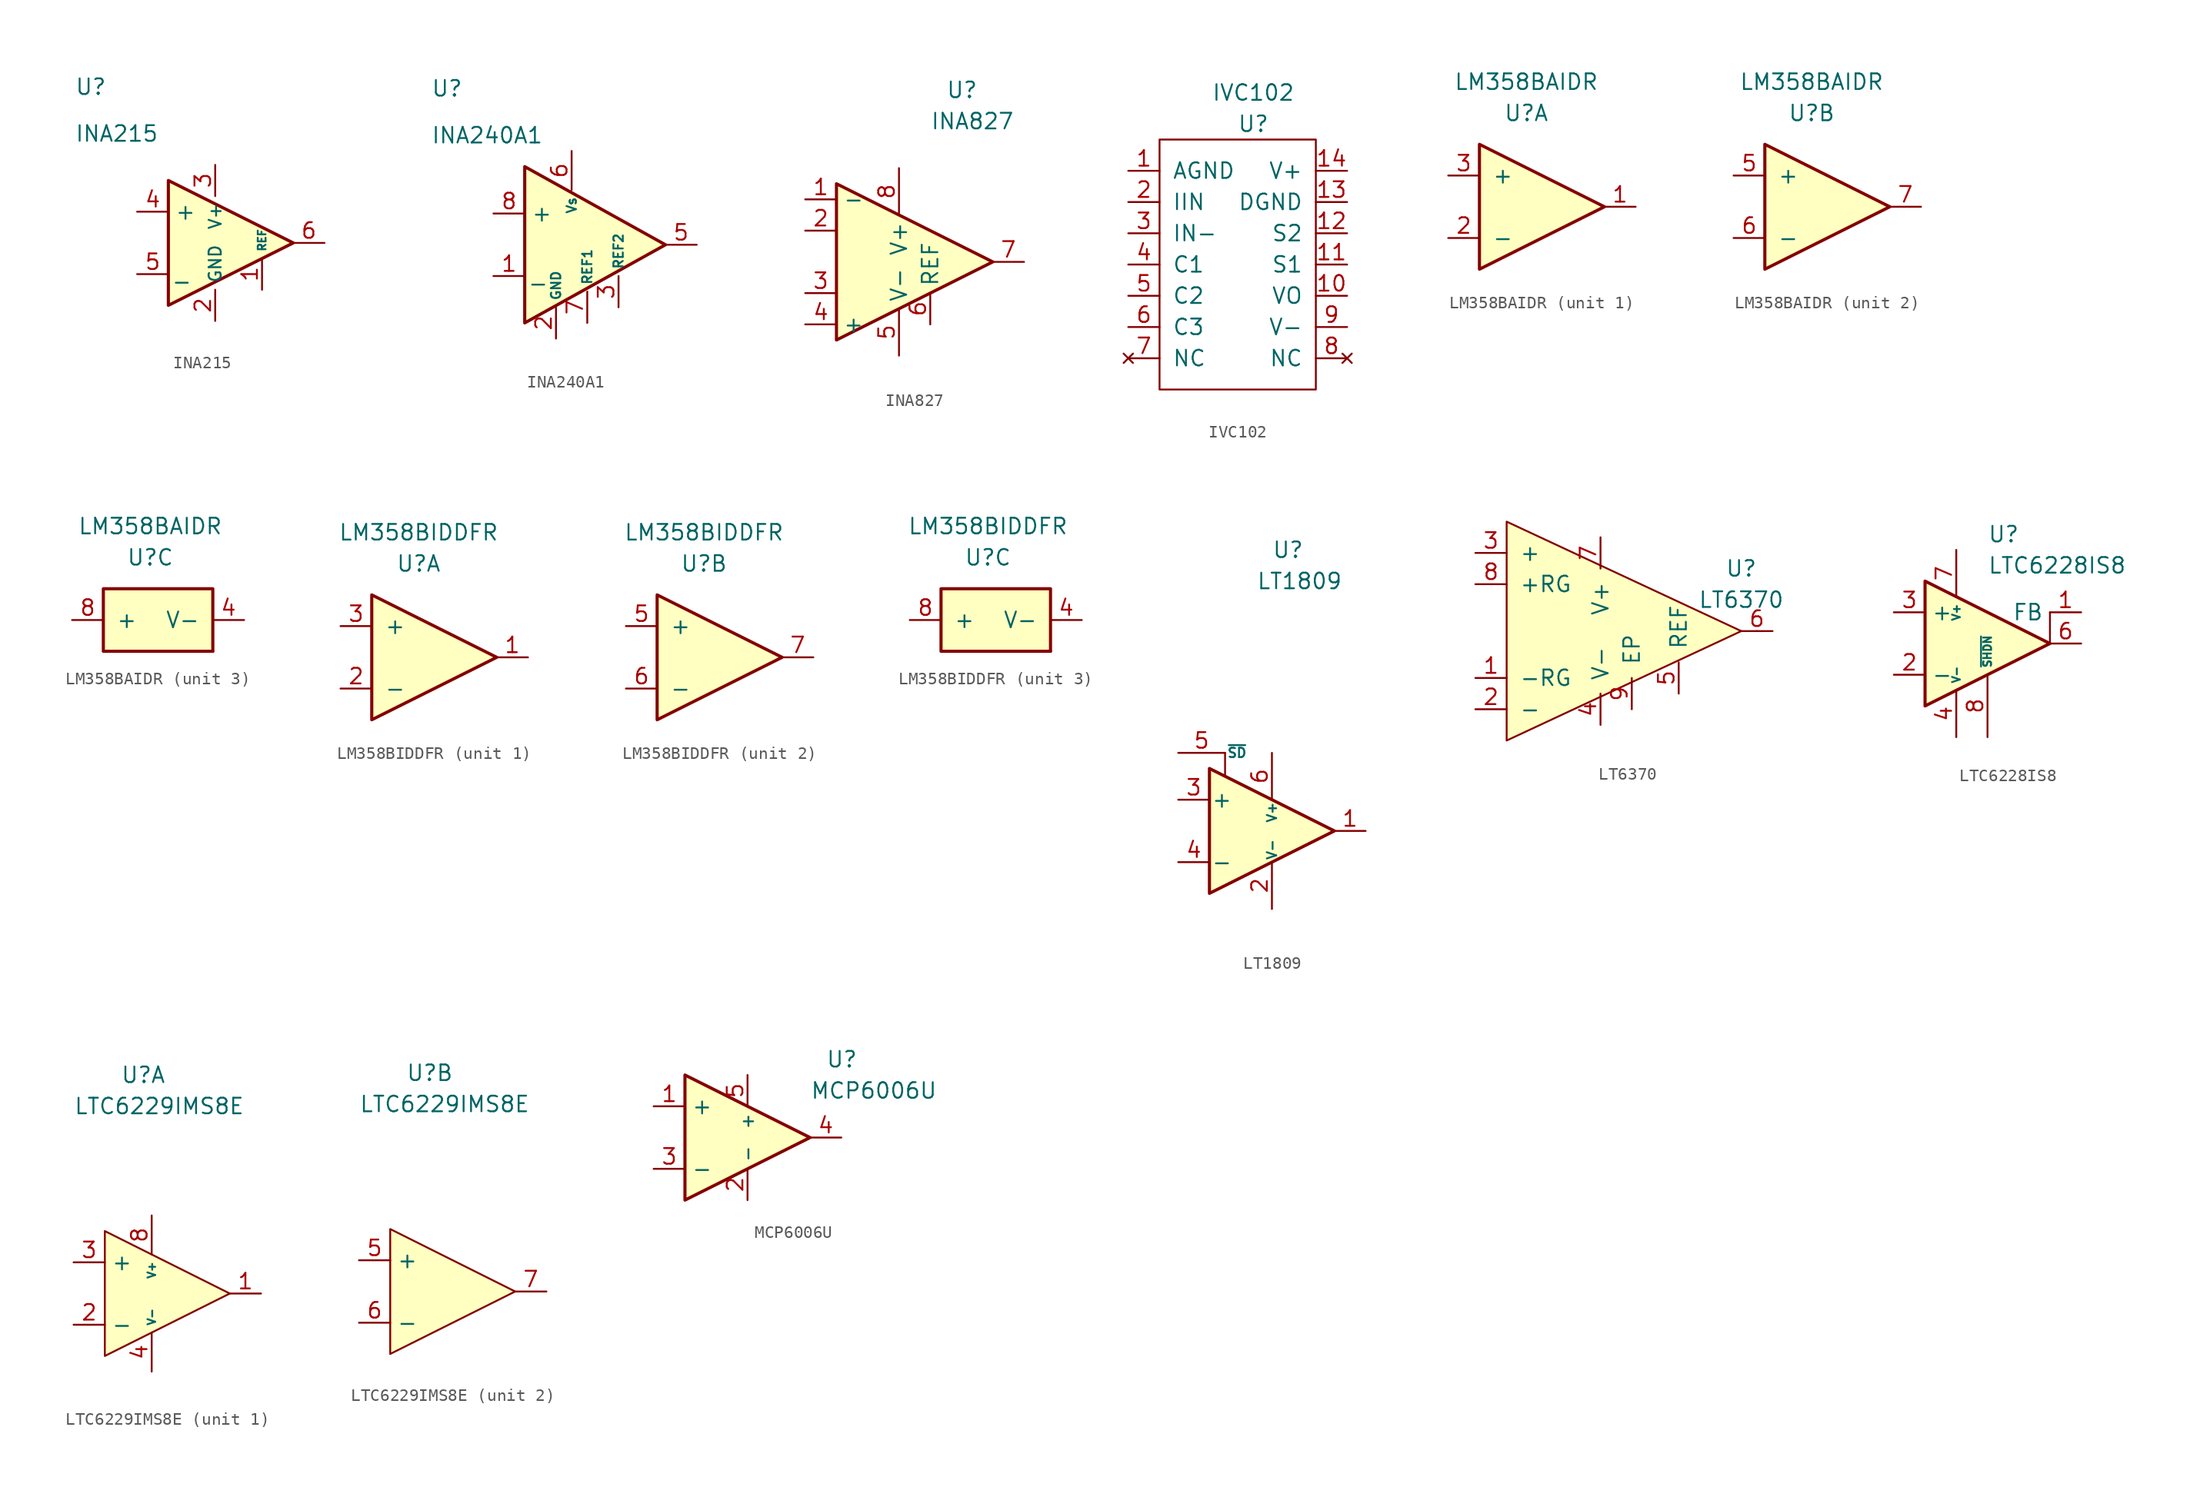
<source format=kicad_sym>
(kicad_symbol_lib
  (version 20211014)
  (generator kicad_symbol_editor)
  (symbol "INA215"
    (property "Reference" "U"
      (at -12.7 12.7 0)
      (effects (font (size 1.27 1.27)) (justify left)))
    (property "Value" "INA215"
      (at -12.7 8.89 0)
      (effects (font (size 1.27 1.27)) (justify left)))
    (symbol "INA215_0_0"
      (pin input line (at -7.62 2.54 0) (length 2.54) (name "+" (effects (font (size 1.27 1.27)))) (number "4" (effects (font (size 1.27 1.27)))))
      (pin input line (at -7.62 -2.54 0) (length 2.54) (name "_" (effects (font (size 1.27 1.27)))) (number "5" (effects (font (size 1.27 1.27)))))
      (pin output line (at 7.62 0 180) (length 2.54) (name "~" (effects (font (size 1.27 1.27)))) (number "6" (effects (font (size 1.27 1.27))))))
    (symbol "INA215_1_1"
      (polyline (pts (xy -5.08 5.08) (xy 5.08 0) (xy -5.08 -5.08) (xy -5.08 5.08)) (stroke (width 0.254) (type default) (color 0 0 0 0)) (fill (type background)))
      (pin bidirectional line (at 2.54 -3.81 90) (length 2.54) (name "REF" (effects (font (size 0.635 0.635)))) (number "1" (effects (font (size 1.27 1.27)))))
      (pin power_in line (at -1.27 -6.35 90) (length 2.54) (name "GND" (effects (font (size 0.991 0.991)))) (number "2" (effects (font (size 1.27 1.27)))))
      (pin power_in line (at -1.27 6.35 270) (length 2.54) (name "V+" (effects (font (size 0.991 0.991)))) (number "3" (effects (font (size 1.27 1.27)))))))
  (symbol "INA240A1"
    (property "Reference" "U"
      (at -12.7 12.7 0)
      (effects (font (size 1.27 1.27)) (justify left)))
    (property "Value" "INA240A1"
      (at -12.7 8.89 0)
      (effects (font (size 1.27 1.27)) (justify left)))
    (symbol "INA240A1_0_0"
      (pin input line (at -7.62 -2.54 0) (length 2.54) (name "_" (effects (font (size 1.27 1.27)))) (number "1" (effects (font (size 1.27 1.27)))))
      (pin power_in line (at -2.54 -7.62 90) (length 2.54) hide (name "NC" (effects (font (size 1.27 1.27)))) (number "4" (effects (font (size 1.27 1.27)))))
      (pin output line (at 8.89 0 180) (length 2.54) (name "~" (effects (font (size 1.27 1.27)))) (number "5" (effects (font (size 1.27 1.27)))))
      (pin bidirectional line (at 0 -6.35 90) (length 2.54) (name "REF1" (effects (font (size 0.762 0.762)))) (number "7" (effects (font (size 1.27 1.27)))))
      (pin input line (at -7.62 2.54 0) (length 2.54) (name "+" (effects (font (size 1.27 1.27)))) (number "8" (effects (font (size 1.27 1.27))))))
    (symbol "INA240A1_1_1"
      (polyline (pts (xy -5.08 6.35) (xy 6.35 0) (xy -5.08 -6.35) (xy -5.08 6.35)) (stroke (width 0.254) (type default) (color 0 0 0 0)) (fill (type background)))
      (pin power_in line (at -2.54 -7.62 90) (length 2.54) (name "GND" (effects (font (size 0.762 0.762)))) (number "2" (effects (font (size 1.27 1.27)))))
      (pin bidirectional line (at 2.54 -5.08 90) (length 2.54) (name "REF2" (effects (font (size 0.762 0.762)))) (number "3" (effects (font (size 1.27 1.27)))))
      (pin power_in line (at -1.27 7.62 270) (length 3.175) (name "Vs" (effects (font (size 0.762 0.762)))) (number "6" (effects (font (size 1.27 1.27)))))))
  (symbol "INA827"
    (property "Reference" "U"
      (at 3.81 13.97 0)
      (effects (font (size 1.27 1.27)) (justify left)))
    (property "Value" "INA827"
      (at 2.54 11.43 0)
      (effects (font (size 1.27 1.27)) (justify left)))
    (symbol "INA827_0_0"
      (pin passive line (at -7.62 2.54 0) (length 2.54) (name "~" (effects (font (size 1.27 1.27)))) (number "2" (effects (font (size 1.27 1.27)))))
      (pin passive line (at -7.62 -2.54 0) (length 2.54) (name "~" (effects (font (size 1.27 1.27)))) (number "3" (effects (font (size 1.27 1.27)))))
      (pin passive line (at 2.54 -5.08 90) (length 2.54) (name "REF" (effects (font (size 1.27 1.27)))) (number "6" (effects (font (size 1.27 1.27))))))
    (symbol "INA827_1_1"
      (polyline (pts (xy -5.08 6.35) (xy -5.08 -6.35) (xy 7.62 0) (xy -5.08 6.35)) (stroke (width 0.254) (type default) (color 0 0 0 0)) (fill (type background)))
      (pin input line (at -7.62 5.08 0) (length 2.54) (name "-" (effects (font (size 1.27 1.27)))) (number "1" (effects (font (size 1.27 1.27)))))
      (pin input line (at -7.62 -5.08 0) (length 2.54) (name "+" (effects (font (size 1.27 1.27)))) (number "4" (effects (font (size 1.27 1.27)))))
      (pin power_in line (at 0 -7.62 90) (length 3.81) (name "V-" (effects (font (size 1.27 1.27)))) (number "5" (effects (font (size 1.27 1.27)))))
      (pin output line (at 10.16 0 180) (length 2.54) (name "~" (effects (font (size 1.27 1.27)))) (number "7" (effects (font (size 1.27 1.27)))))
      (pin power_in line (at 0 7.62 270) (length 3.81) (name "V+" (effects (font (size 1.27 1.27)))) (number "8" (effects (font (size 1.27 1.27)))))))
  (symbol "IVC102"
    (pin_names
      (offset 1.016))
    (property "Reference" "U"
      (at 0 0 0)
      (effects (font (size 1.27 1.27))))
    (property "Value" "IVC102"
      (at 0 2.54 0)
      (effects (font (size 1.27 1.27))))
    (symbol "IVC102_0_1"
      (rectangle (start -7.62 -1.27) (end 5.08 -21.59) (stroke (width 0) (type default) (color 0 0 0 0)) (fill (type none))))
    (symbol "IVC102_1_1"
      (pin power_in line (at -10.16 -3.81 0) (length 2.54) (name "AGND" (effects (font (size 1.27 1.27)))) (number "1" (effects (font (size 1.27 1.27)))))
      (pin output line (at 7.62 -13.97 180) (length 2.54) (name "VO" (effects (font (size 1.27 1.27)))) (number "10" (effects (font (size 1.27 1.27)))))
      (pin bidirectional line (at 7.62 -11.43 180) (length 2.54) (name "S1" (effects (font (size 1.27 1.27)))) (number "11" (effects (font (size 1.27 1.27)))))
      (pin bidirectional line (at 7.62 -8.89 180) (length 2.54) (name "S2" (effects (font (size 1.27 1.27)))) (number "12" (effects (font (size 1.27 1.27)))))
      (pin power_in line (at 7.62 -6.35 180) (length 2.54) (name "DGND" (effects (font (size 1.27 1.27)))) (number "13" (effects (font (size 1.27 1.27)))))
      (pin power_in line (at 7.62 -3.81 180) (length 2.54) (name "V+" (effects (font (size 1.27 1.27)))) (number "14" (effects (font (size 1.27 1.27)))))
      (pin input line (at -10.16 -6.35 0) (length 2.54) (name "IIN" (effects (font (size 1.27 1.27)))) (number "2" (effects (font (size 1.27 1.27)))))
      (pin bidirectional line (at -10.16 -8.89 0) (length 2.54) (name "IN-" (effects (font (size 1.27 1.27)))) (number "3" (effects (font (size 1.27 1.27)))))
      (pin bidirectional line (at -10.16 -11.43 0) (length 2.54) (name "C1" (effects (font (size 1.27 1.27)))) (number "4" (effects (font (size 1.27 1.27)))))
      (pin bidirectional line (at -10.16 -13.97 0) (length 2.54) (name "C2" (effects (font (size 1.27 1.27)))) (number "5" (effects (font (size 1.27 1.27)))))
      (pin bidirectional line (at -10.16 -16.51 0) (length 2.54) (name "C3" (effects (font (size 1.27 1.27)))) (number "6" (effects (font (size 1.27 1.27)))))
      (pin no_connect line (at -10.16 -19.05 0) (length 2.54) (name "NC" (effects (font (size 1.27 1.27)))) (number "7" (effects (font (size 1.27 1.27)))))
      (pin no_connect line (at 7.62 -19.05 180) (length 2.54) (name "NC" (effects (font (size 1.27 1.27)))) (number "8" (effects (font (size 1.27 1.27)))))
      (pin power_in line (at 7.62 -16.51 180) (length 2.54) (name "V-" (effects (font (size 1.27 1.27)))) (number "9" (effects (font (size 1.27 1.27)))))))
  (symbol "LM358BAIDR"
    (pin_names
      (offset 1.016))
    (property "Reference" "U"
      (at 0 7.62 0)
      (effects (font (size 1.27 1.27))))
    (property "Value" "LM358BAIDR"
      (at 0 10.16 0)
      (effects (font (size 1.27 1.27))))
    (symbol "LM358BAIDR_1_1"
      (polyline (pts (xy -3.81 5.08) (xy 6.35 0) (xy -3.81 -5.08) (xy -3.81 5.08)) (stroke (width 0.254) (type default) (color 0 0 0 0)) (fill (type background)))
      (pin output line (at 8.89 0 180) (length 2.54) (name "~" (effects (font (size 1.27 1.27)))) (number "1" (effects (font (size 1.27 1.27)))))
      (pin input line (at -6.35 -2.54 0) (length 2.54) (name "-" (effects (font (size 1.27 1.27)))) (number "2" (effects (font (size 1.27 1.27)))))
      (pin input line (at -6.35 2.54 0) (length 2.54) (name "+" (effects (font (size 1.27 1.27)))) (number "3" (effects (font (size 1.27 1.27))))))
    (symbol "LM358BAIDR_2_1"
      (polyline (pts (xy -3.81 5.08) (xy 6.35 0) (xy -3.81 -5.08) (xy -3.81 5.08)) (stroke (width 0.254) (type default) (color 0 0 0 0)) (fill (type background)))
      (pin input line (at -6.35 2.54 0) (length 2.54) (name "+" (effects (font (size 1.27 1.27)))) (number "5" (effects (font (size 1.27 1.27)))))
      (pin input line (at -6.35 -2.54 0) (length 2.54) (name "-" (effects (font (size 1.27 1.27)))) (number "6" (effects (font (size 1.27 1.27)))))
      (pin output line (at 8.89 0 180) (length 2.54) (name "~" (effects (font (size 1.27 1.27)))) (number "7" (effects (font (size 1.27 1.27))))))
    (symbol "LM358BAIDR_3_1"
      (rectangle (start -3.81 5.08) (end 5.08 0) (stroke (width 0.254) (type default) (color 0 0 0 0)) (fill (type background)))
      (rectangle (start 5.08 0) (end 5.08 0) (stroke (width 0.254) (type default) (color 0 0 0 0)) (fill (type none)))
      (pin power_in line (at 7.62 2.54 180) (length 2.54) (name "V-" (effects (font (size 1.27 1.27)))) (number "4" (effects (font (size 1.27 1.27)))))
      (pin input line (at -6.35 2.54 0) (length 2.54) (name "+" (effects (font (size 1.27 1.27)))) (number "8" (effects (font (size 1.27 1.27)))))))
  (symbol "LM358BIDDFR"
    (pin_names
      (offset 1.016))
    (property "Reference" "U"
      (at 0 7.62 0)
      (effects (font (size 1.27 1.27))))
    (property "Value" "LM358BIDDFR"
      (at 0 10.16 0)
      (effects (font (size 1.27 1.27))))
    (symbol "LM358BIDDFR_1_1"
      (polyline (pts (xy -3.81 5.08) (xy 6.35 0) (xy -3.81 -5.08) (xy -3.81 5.08)) (stroke (width 0.254) (type default) (color 0 0 0 0)) (fill (type background)))
      (pin output line (at 8.89 0 180) (length 2.54) (name "~" (effects (font (size 1.27 1.27)))) (number "1" (effects (font (size 1.27 1.27)))))
      (pin input line (at -6.35 -2.54 0) (length 2.54) (name "-" (effects (font (size 1.27 1.27)))) (number "2" (effects (font (size 1.27 1.27)))))
      (pin input line (at -6.35 2.54 0) (length 2.54) (name "+" (effects (font (size 1.27 1.27)))) (number "3" (effects (font (size 1.27 1.27))))))
    (symbol "LM358BIDDFR_2_1"
      (polyline (pts (xy -3.81 5.08) (xy 6.35 0) (xy -3.81 -5.08) (xy -3.81 5.08)) (stroke (width 0.254) (type default) (color 0 0 0 0)) (fill (type background)))
      (pin input line (at -6.35 2.54 0) (length 2.54) (name "+" (effects (font (size 1.27 1.27)))) (number "5" (effects (font (size 1.27 1.27)))))
      (pin input line (at -6.35 -2.54 0) (length 2.54) (name "-" (effects (font (size 1.27 1.27)))) (number "6" (effects (font (size 1.27 1.27)))))
      (pin output line (at 8.89 0 180) (length 2.54) (name "~" (effects (font (size 1.27 1.27)))) (number "7" (effects (font (size 1.27 1.27))))))
    (symbol "LM358BIDDFR_3_1"
      (rectangle (start -3.81 5.08) (end 5.08 0) (stroke (width 0.254) (type default) (color 0 0 0 0)) (fill (type background)))
      (rectangle (start 5.08 0) (end 5.08 0) (stroke (width 0.254) (type default) (color 0 0 0 0)) (fill (type none)))
      (pin power_in line (at 7.62 2.54 180) (length 2.54) (name "V-" (effects (font (size 1.27 1.27)))) (number "4" (effects (font (size 1.27 1.27)))))
      (pin input line (at -6.35 2.54 0) (length 2.54) (name "+" (effects (font (size 1.27 1.27)))) (number "8" (effects (font (size 1.27 1.27)))))))
  (symbol "LT1809"
    (pin_names
      (offset 0.127))
    (property "Reference" "U"
      (at 0 22.86 0)
      (effects (font (size 1.27 1.27)) (justify left)))
    (property "Value" "LT1809"
      (at -1.27 20.32 0)
      (effects (font (size 1.27 1.27)) (justify left)))
    (symbol "LT1809_0_1"
      (polyline (pts (xy -3.81 6.35) (xy -3.81 4.445)) (stroke (width 0.152) (type default) (color 0 0 0 0)) (fill (type none)))
      (polyline (pts (xy -5.08 5.08) (xy 5.08 0) (xy -5.08 -5.08) (xy -5.08 5.08)) (stroke (width 0.254) (type default) (color 0 0 0 0)) (fill (type background))))
    (symbol "LT1809_1_1"
      (pin output line (at 7.62 0 180) (length 2.54) (name "~" (effects (font (size 1.27 1.27)))) (number "1" (effects (font (size 1.27 1.27)))))
      (pin power_in line (at 0 -6.35 90) (length 3.81) (name "V-" (effects (font (size 0.762 0.762)))) (number "2" (effects (font (size 1.27 1.27)))))
      (pin input line (at -7.62 2.54 0) (length 2.54) (name "+" (effects (font (size 1.27 1.27)))) (number "3" (effects (font (size 1.27 1.27)))))
      (pin input line (at -7.62 -2.54 0) (length 2.54) (name "-" (effects (font (size 1.27 1.27)))) (number "4" (effects (font (size 1.27 1.27)))))
      (pin input line (at -7.62 6.35 0) (length 3.81) (name "~{SD}" (effects (font (size 0.762 0.762)))) (number "5" (effects (font (size 1.27 1.27)))))
      (pin power_in line (at 0 6.35 270) (length 3.81) (name "V+" (effects (font (size 0.762 0.762)))) (number "6" (effects (font (size 1.27 1.27)))))))
  (symbol "LT6370"
    (pin_names
      (offset 1.016))
    (property "Reference" "U"
      (at 0 5.08 0)
      (effects (font (size 1.27 1.27))))
    (property "Value" "LT6370"
      (at 0 2.54 0)
      (effects (font (size 1.27 1.27))))
    (symbol "LT6370_0_0"
      (pin passive line (at -21.59 -3.81 0) (length 2.54) (name "-RG" (effects (font (size 1.27 1.27)))) (number "1" (effects (font (size 1.27 1.27)))))
      (pin passive line (at -21.59 -6.35 0) (length 2.54) (name "-" (effects (font (size 1.27 1.27)))) (number "2" (effects (font (size 1.27 1.27)))))
      (pin passive line (at -21.59 6.35 0) (length 2.54) (name "+" (effects (font (size 1.27 1.27)))) (number "3" (effects (font (size 1.27 1.27)))))
      (pin power_in line (at -11.43 -7.62 90) (length 2.54) (name "V-" (effects (font (size 1.27 1.27)))) (number "4" (effects (font (size 1.27 1.27)))))
      (pin passive line (at -5.08 -5.08 90) (length 2.54) (name "REF" (effects (font (size 1.27 1.27)))) (number "5" (effects (font (size 1.27 1.27)))))
      (pin output line (at 2.54 0 180) (length 2.54) (name "~" (effects (font (size 1.27 1.27)))) (number "6" (effects (font (size 1.27 1.27)))))
      (pin power_in line (at -11.43 7.62 270) (length 2.54) (name "V+" (effects (font (size 1.27 1.27)))) (number "7" (effects (font (size 1.27 1.27)))))
      (pin passive line (at -21.59 3.81 0) (length 2.54) (name "+RG" (effects (font (size 1.27 1.27)))) (number "8" (effects (font (size 1.27 1.27)))))
      (pin passive line (at -8.89 -6.35 90) (length 2.54) (name "EP" (effects (font (size 1.27 1.27)))) (number "9" (effects (font (size 1.27 1.27))))))
    (symbol "LT6370_0_1"
      (polyline (pts (xy 1.27 0) (xy 1.27 0)) (stroke (width 0) (type default) (color 0 0 0 0)) (fill (type none)))
      (polyline (pts (xy -19.05 8.89) (xy -19.05 -8.89) (xy 0 0) (xy -19.05 8.89)) (stroke (width 0) (type default) (color 0 0 0 0)) (fill (type background)))))
  (symbol "LTC6228IS8"
    (property "Reference" "U"
      (at 0 8.89 0)
      (effects (font (size 1.27 1.27)) (justify left)))
    (property "Value" "LTC6228IS8"
      (at 0 6.35 0)
      (effects (font (size 1.27 1.27)) (justify left)))
    (symbol "LTC6228IS8_0_1"
      (polyline (pts (xy 5.08 0) (xy 5.08 2.54)) (stroke (width 0.152) (type default) (color 0 0 0 0)) (fill (type none)))
      (polyline (pts (xy 5.08 0) (xy -5.08 5.08) (xy -5.08 -5.08) (xy 5.08 0)) (stroke (width 0.254) (type default) (color 0 0 0 0)) (fill (type background))))
    (symbol "LTC6228IS8_1_1"
      (pin output line (at 7.62 2.54 180) (length 2.54) (name "FB" (effects (font (size 1.27 1.27)))) (number "1" (effects (font (size 1.27 1.27)))))
      (pin input line (at -7.62 -2.54 0) (length 2.54) (name "-" (effects (font (size 1.27 1.27)))) (number "2" (effects (font (size 1.27 1.27)))))
      (pin input line (at -7.62 2.54 0) (length 2.54) (name "+" (effects (font (size 1.27 1.27)))) (number "3" (effects (font (size 1.27 1.27)))))
      (pin power_in line (at -2.54 -7.62 90) (length 3.81) (name "V-" (effects (font (size 0.635 0.635)))) (number "4" (effects (font (size 1.27 1.27)))))
      (pin passive line (at -2.54 -7.62 90) (length 3.81) hide (name "V-" (effects (font (size 0.635 0.635)))) (number "5" (effects (font (size 1.27 1.27)))))
      (pin output line (at 7.62 0 180) (length 2.54) (name "~" (effects (font (size 1.27 1.27)))) (number "6" (effects (font (size 1.27 1.27)))))
      (pin power_in line (at -2.54 7.62 270) (length 3.81) (name "V+" (effects (font (size 0.635 0.635)))) (number "7" (effects (font (size 1.27 1.27)))))
      (pin input line (at 0 -7.62 90) (length 5.08) (name "~{SHDN}" (effects (font (size 0.635 0.635)))) (number "8" (effects (font (size 1.27 1.27)))))))
  (symbol "LTC6229IMS8E"
    (property "Reference" "U"
      (at -3.81 17.78 0)
      (effects (font (size 1.27 1.27)) (justify left)))
    (property "Value" "LTC6229IMS8E"
      (at -7.62 15.24 0)
      (effects (font (size 1.27 1.27)) (justify left)))
    (property "ki_locked" ""
      (at 0 0 0)
      (effects (font (size 1.27 1.27))))
    (symbol "LTC6229IMS8E_1_1"
      (polyline (pts (xy -5.08 5.08) (xy 5.08 0) (xy -5.08 -5.08) (xy -5.08 5.08)) (stroke (width 0) (type default) (color 0 0 0 0)) (fill (type background)))
      (pin output line (at 7.62 0 180) (length 2.54) (name "~" (effects (font (size 1.27 1.27)))) (number "1" (effects (font (size 1.27 1.27)))))
      (pin input line (at -7.62 -2.54 0) (length 2.54) (name "-" (effects (font (size 1.27 1.27)))) (number "2" (effects (font (size 1.27 1.27)))))
      (pin input line (at -7.62 2.54 0) (length 2.54) (name "+" (effects (font (size 1.27 1.27)))) (number "3" (effects (font (size 1.27 1.27)))))
      (pin power_in line (at -1.27 -6.35 90) (length 3.175) (name "V-" (effects (font (size 0.635 0.635)))) (number "4" (effects (font (size 1.27 1.27)))))
      (pin power_in line (at -1.27 6.35 270) (length 3.175) (name "V+" (effects (font (size 0.635 0.635)))) (number "8" (effects (font (size 1.27 1.27)))))
      (pin power_in line (at -1.27 -6.35 90) (length 3.175) hide (name "V-" (effects (font (size 0.635 0.635)))) (number "9" (effects (font (size 1.27 1.27))))))
    (symbol "LTC6229IMS8E_2_1"
      (polyline (pts (xy -5.08 5.08) (xy 5.08 0) (xy -5.08 -5.08) (xy -5.08 5.08)) (stroke (width 0) (type default) (color 0 0 0 0)) (fill (type background)))
      (pin input line (at -7.62 2.54 0) (length 2.54) (name "+" (effects (font (size 1.27 1.27)))) (number "5" (effects (font (size 1.27 1.27)))))
      (pin input line (at -7.62 -2.54 0) (length 2.54) (name "-" (effects (font (size 1.27 1.27)))) (number "6" (effects (font (size 1.27 1.27)))))
      (pin output line (at 7.62 0 180) (length 2.54) (name "~" (effects (font (size 1.27 1.27)))) (number "7" (effects (font (size 1.27 1.27)))))))
  (symbol "MCP6006U"
    (property "Reference" "U"
      (at 6.35 6.35 0)
      (effects (font (size 1.27 1.27)) (justify left)))
    (property "Value" "MCP6006U"
      (at 5.08 3.81 0)
      (effects (font (size 1.27 1.27)) (justify left)))
    (symbol "MCP6006U_0_0"
      (pin output line (at 7.62 0 180) (length 2.54) (name "~" (effects (font (size 1.27 1.27)))) (number "4" (effects (font (size 1.27 1.27)))))
      (pin power_in line (at 0 5.08 270) (length 2.54) (name "+" (effects (font (size 0.991 0.991)))) (number "5" (effects (font (size 1.27 1.27))))))
    (symbol "MCP6006U_1_1"
      (polyline (pts (xy -5.08 5.08) (xy 5.08 0) (xy -5.08 -5.08) (xy -5.08 5.08)) (stroke (width 0.254) (type default) (color 0 0 0 0)) (fill (type background)))
      (pin passive line (at -7.62 2.54 0) (length 2.54) (name "+" (effects (font (size 1.27 1.27)))) (number "1" (effects (font (size 1.27 1.27)))))
      (pin power_in line (at 0 -5.08 90) (length 2.54) (name "-" (effects (font (size 0.991 0.991)))) (number "2" (effects (font (size 1.27 1.27)))))
      (pin passive line (at -7.62 -2.54 0) (length 2.54) (name "-" (effects (font (size 1.27 1.27)))) (number "3" (effects (font (size 1.27 1.27))))))))
</source>
